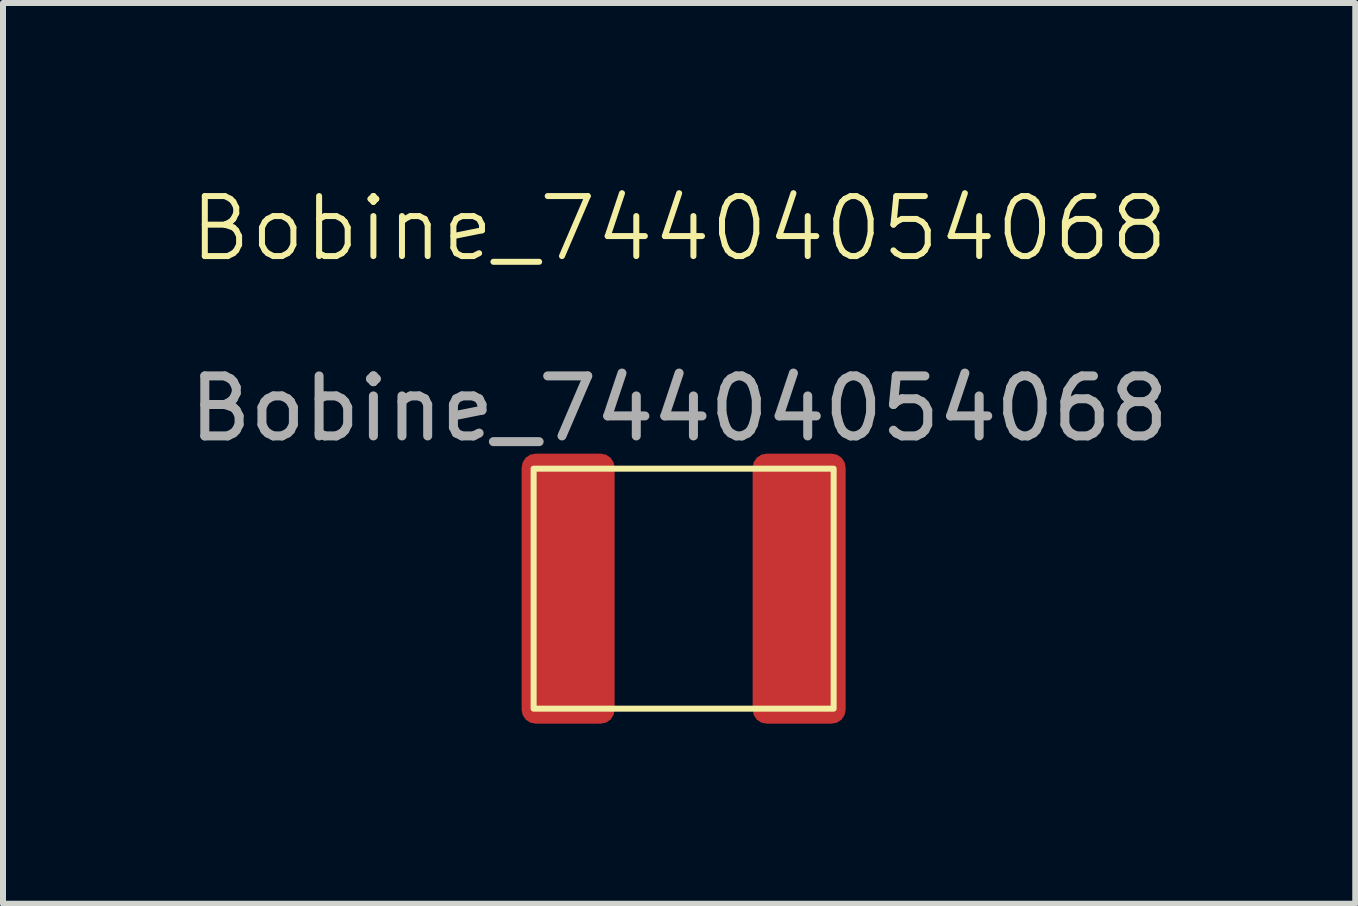
<source format=kicad_pcb>
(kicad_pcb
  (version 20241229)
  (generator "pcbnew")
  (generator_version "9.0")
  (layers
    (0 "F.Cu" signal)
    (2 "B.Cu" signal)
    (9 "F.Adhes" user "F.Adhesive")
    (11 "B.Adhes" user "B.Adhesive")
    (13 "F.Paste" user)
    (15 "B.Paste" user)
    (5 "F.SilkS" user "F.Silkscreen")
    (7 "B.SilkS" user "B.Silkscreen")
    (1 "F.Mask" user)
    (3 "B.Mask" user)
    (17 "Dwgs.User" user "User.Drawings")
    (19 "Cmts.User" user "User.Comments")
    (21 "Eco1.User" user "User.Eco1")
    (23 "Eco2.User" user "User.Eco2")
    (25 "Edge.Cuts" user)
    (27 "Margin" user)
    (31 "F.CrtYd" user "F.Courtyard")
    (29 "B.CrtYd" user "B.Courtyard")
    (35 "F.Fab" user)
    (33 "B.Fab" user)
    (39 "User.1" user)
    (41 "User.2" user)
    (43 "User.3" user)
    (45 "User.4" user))
  (footprint "Bobine_74404054068"
    (layer "F.Cu")
    (at 8.268 3.26)
    (property "Reference" "Bobine_74404054068" (at 0 -2.5 0) (unlocked yes) (layer "F.SilkS") (effects (font (size 1 1) (thickness 0.1))))
    (attr smd)
    (fp_rect (start -2.425 1.5) (end 2.575 5.5) (stroke (width 0.1) (type default)) (fill no) (layer "F.SilkS"))
    (fp_text user "${REFERENCE}" (at 0 0.5 0) (unlocked yes) (layer "F.Fab") (effects (font (size 1 1) (thickness 0.15))))
    (pad "1" smd roundrect (at -1.85 3.5) (size 1.55 4.5) (layers "F.Cu" "F.Mask" "F.Paste") (roundrect_rratio 0.15))
    (pad "2" smd roundrect (at 2 3.5) (size 1.55 4.5) (layers "F.Cu" "F.Mask" "F.Paste") (roundrect_rratio 0.15)))
  (gr_rect
    (start -3 -3)
    (end 19.536 12.011)
    (stroke (width 0.1) (type default))
    (fill no)
    (layer "Edge.Cuts")))
</source>
